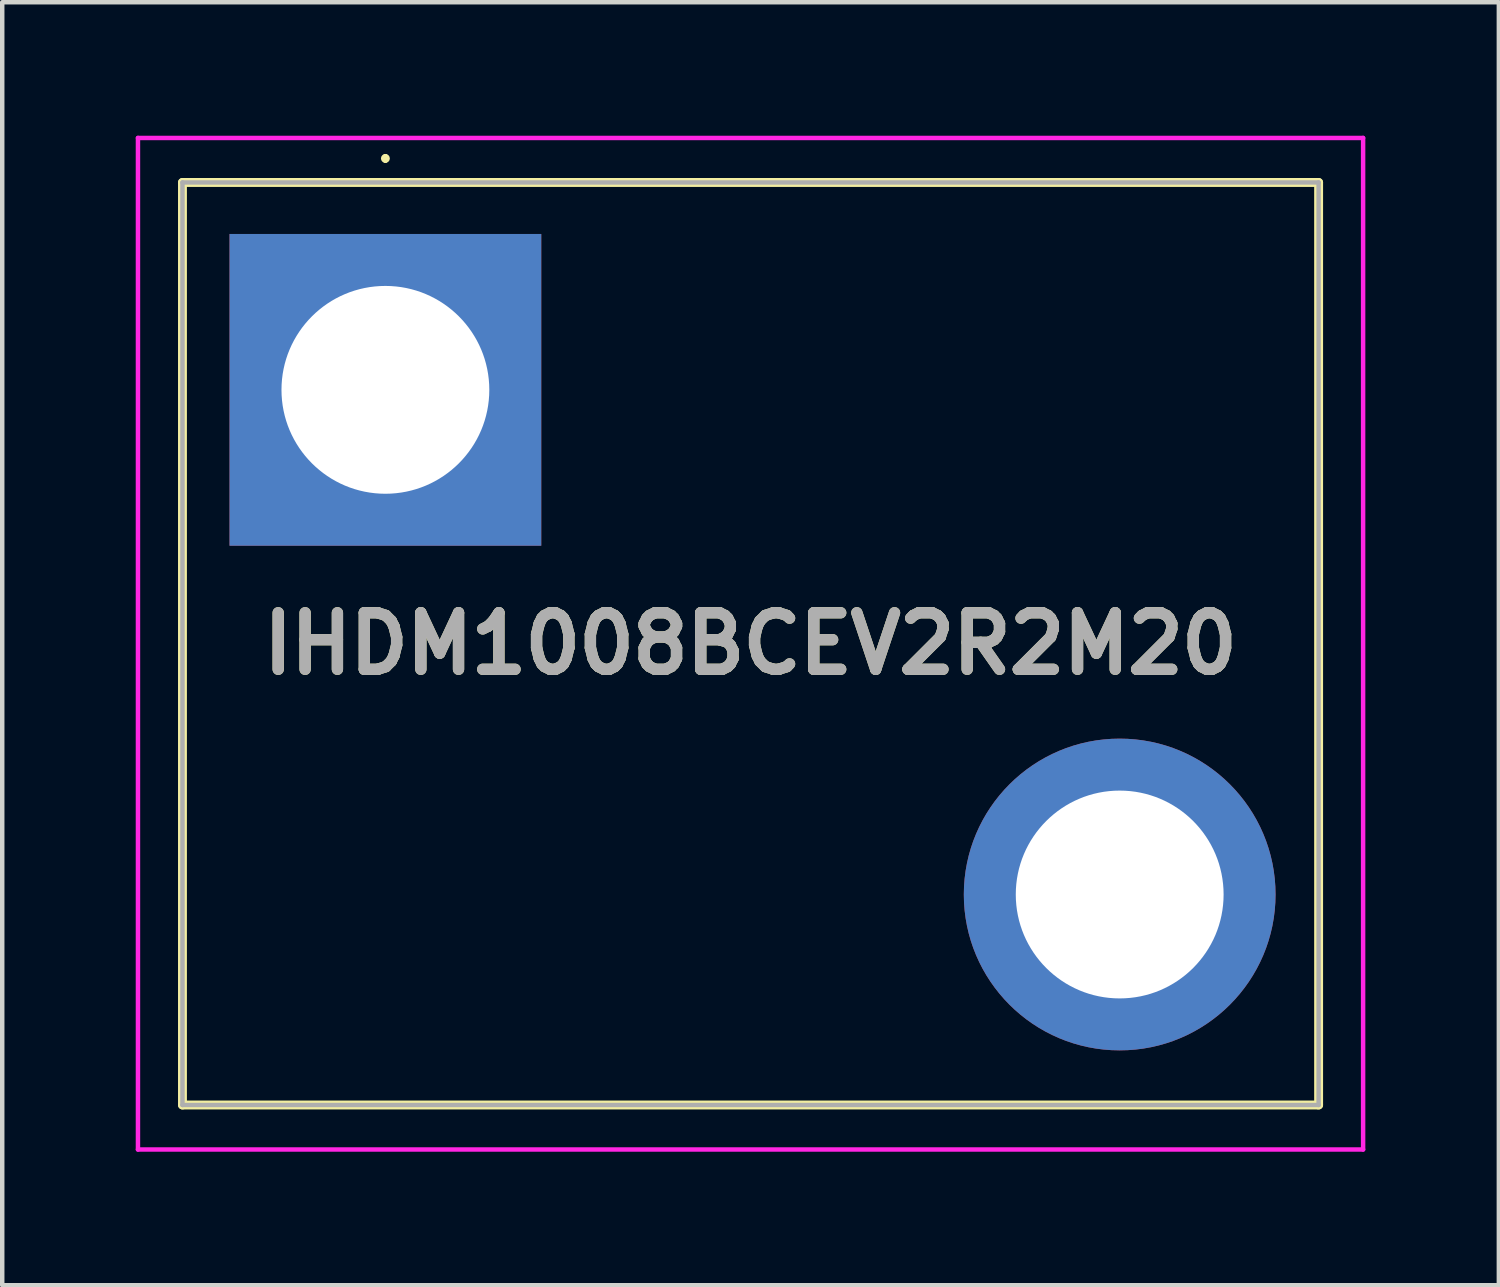
<source format=kicad_pcb>
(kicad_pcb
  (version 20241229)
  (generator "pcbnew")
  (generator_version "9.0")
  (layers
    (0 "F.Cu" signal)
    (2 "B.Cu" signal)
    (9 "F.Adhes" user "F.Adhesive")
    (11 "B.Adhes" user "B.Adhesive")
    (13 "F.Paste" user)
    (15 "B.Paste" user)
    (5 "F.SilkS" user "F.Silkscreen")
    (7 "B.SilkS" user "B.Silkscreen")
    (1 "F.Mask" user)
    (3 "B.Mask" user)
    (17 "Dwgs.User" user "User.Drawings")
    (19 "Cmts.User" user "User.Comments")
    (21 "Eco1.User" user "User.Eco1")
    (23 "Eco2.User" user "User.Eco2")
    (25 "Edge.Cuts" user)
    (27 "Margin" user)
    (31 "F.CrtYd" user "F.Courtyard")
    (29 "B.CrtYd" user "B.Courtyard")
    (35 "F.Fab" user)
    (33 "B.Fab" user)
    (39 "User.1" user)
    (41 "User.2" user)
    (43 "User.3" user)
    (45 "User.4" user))
  (footprint "IHDM1008BCEV2R2M20"
    (layer "F.Cu")
    (at 5.61 5.71)
    (property "Reference" "IHDM1008BCEV2R2M20" (at 8.205 5.705 0) (layer "F.SilkS") (effects (font (size 1.27 1.27) (thickness 0.254))))
    (attr through_hole)
    (fp_line (start -4.56 -4.66) (end -4.56 16.07) (stroke (width 0.2) (type solid)) (layer "F.SilkS"))
    (fp_line (start -4.56 16.07) (end 20.97 16.07) (stroke (width 0.2) (type solid)) (layer "F.SilkS"))
    (fp_line (start 0 -5.25) (end 0 -5.25) (stroke (width 0.1) (type solid)) (layer "F.SilkS"))
    (fp_line (start 0 -5.15) (end 0 -5.15) (stroke (width 0.1) (type solid)) (layer "F.SilkS"))
    (fp_line (start 20.97 -4.66) (end -4.56 -4.66) (stroke (width 0.2) (type solid)) (layer "F.SilkS"))
    (fp_line (start 20.97 16.07) (end 20.97 -4.66) (stroke (width 0.2) (type solid)) (layer "F.SilkS"))
    (fp_arc (start 0 -5.25) (mid 0.05 -5.2) (end 0 -5.15) (stroke (width 0.1) (type solid)) (layer "F.SilkS"))
    (fp_arc (start 0 -5.15) (mid -0.05 -5.2) (end 0 -5.25) (stroke (width 0.1) (type solid)) (layer "F.SilkS"))
    (fp_line (start -5.56 -5.66) (end -5.56 17.07) (stroke (width 0.1) (type solid)) (layer "F.CrtYd"))
    (fp_line (start -5.56 17.07) (end 21.97 17.07) (stroke (width 0.1) (type solid)) (layer "F.CrtYd"))
    (fp_line (start 21.97 -5.66) (end -5.56 -5.66) (stroke (width 0.1) (type solid)) (layer "F.CrtYd"))
    (fp_line (start 21.97 17.07) (end 21.97 -5.66) (stroke (width 0.1) (type solid)) (layer "F.CrtYd"))
    (fp_line (start -4.56 -4.66) (end -4.56 16.07) (stroke (width 0.1) (type solid)) (layer "F.Fab"))
    (fp_line (start -4.56 16.07) (end 20.97 16.07) (stroke (width 0.1) (type solid)) (layer "F.Fab"))
    (fp_line (start 20.97 -4.66) (end -4.56 -4.66) (stroke (width 0.1) (type solid)) (layer "F.Fab"))
    (fp_line (start 20.97 16.07) (end 20.97 -4.66) (stroke (width 0.1) (type solid)) (layer "F.Fab"))
    (fp_text user "${REFERENCE}" (at 8.205 5.705 0) (layer "F.Fab") (effects (font (size 1.27 1.27) (thickness 0.254))))
    (pad "1" thru_hole rect (at 0 0) (size 7.005 7.005) (drill 4.67) (layers "*.Cu" "*.Mask"))
    (pad "2" thru_hole circle (at 16.5 11.34) (size 7.005 7.005) (drill 4.67) (layers "*.Cu" "*.Mask")))
  (gr_rect
    (start -3 -3)
    (end 30.63 25.83)
    (stroke (width 0.1) (type default))
    (fill no)
    (layer "Edge.Cuts")))
</source>
